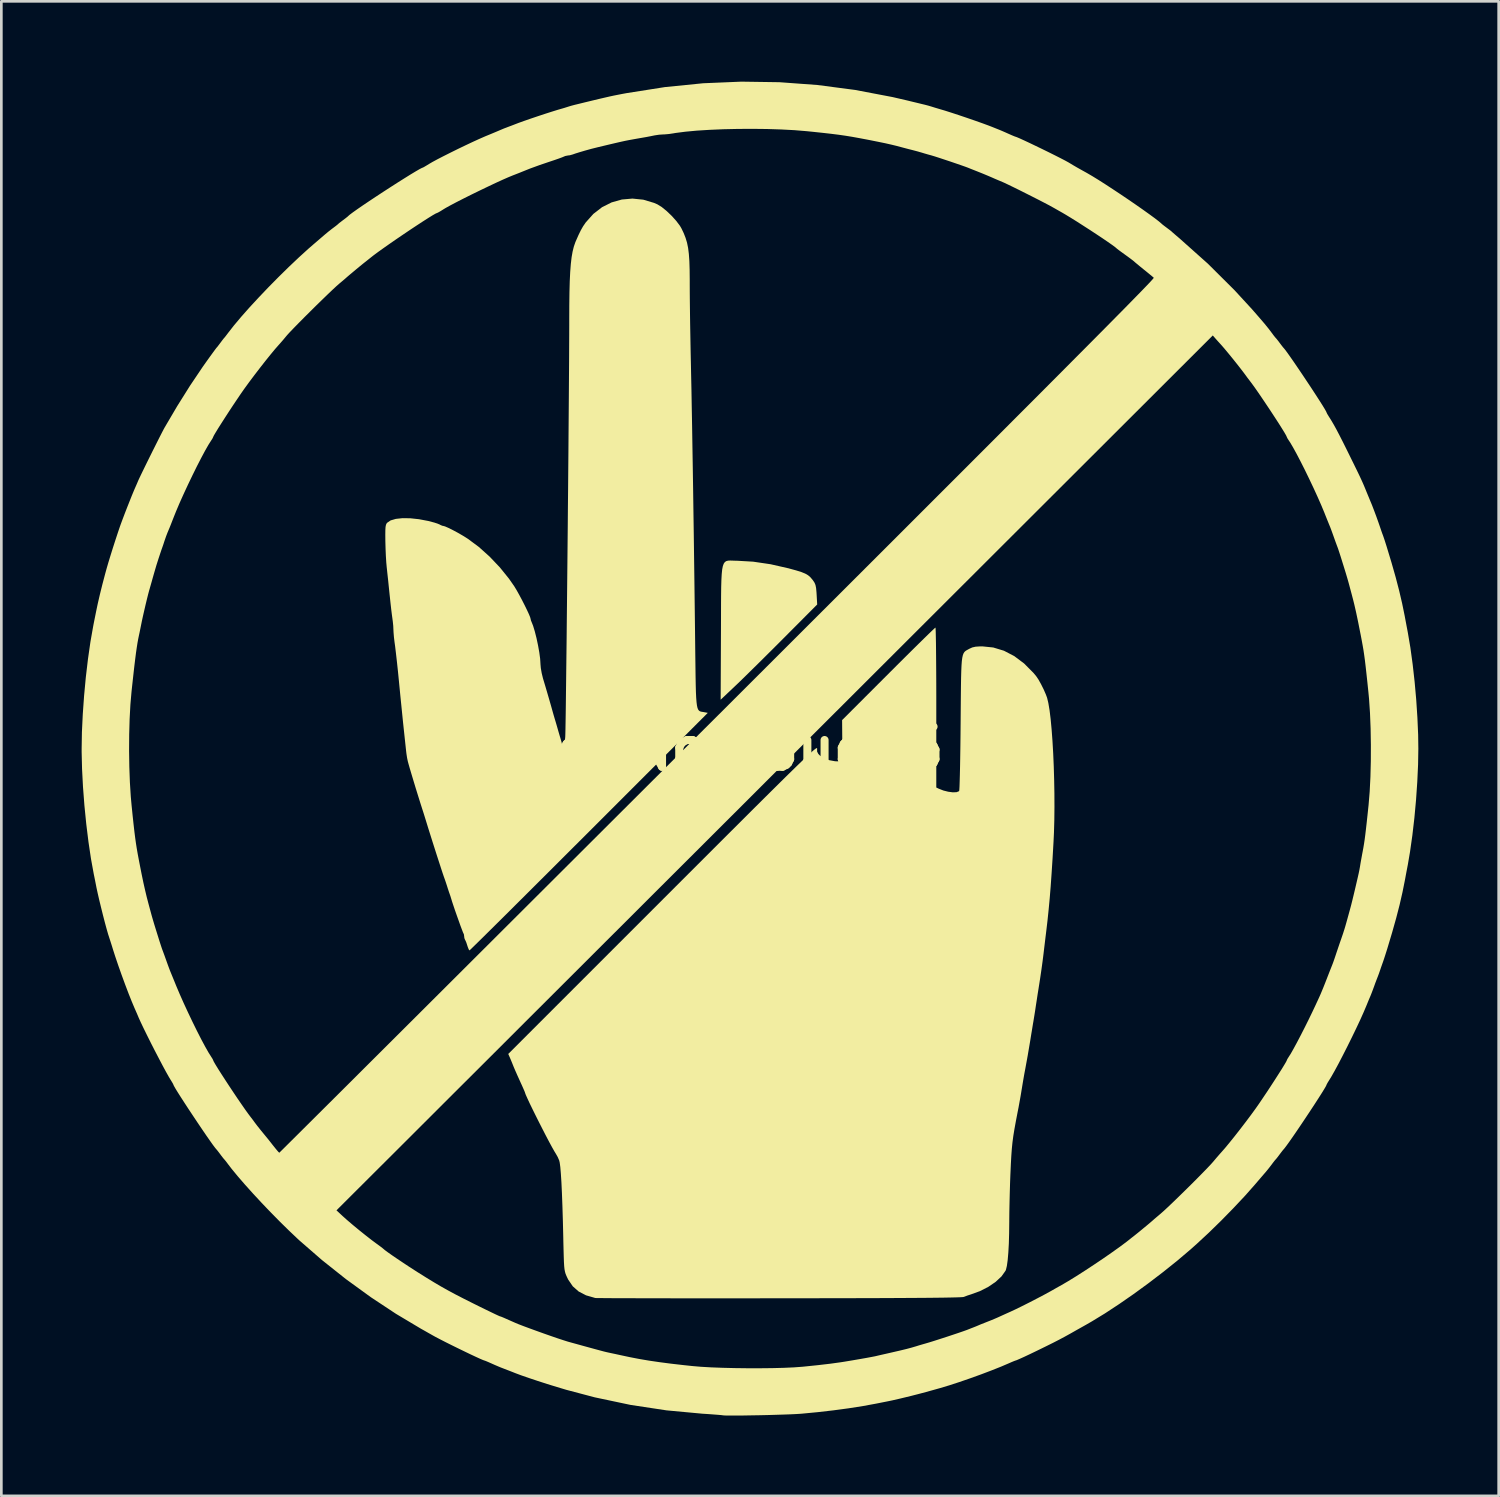
<source format=kicad_pcb>
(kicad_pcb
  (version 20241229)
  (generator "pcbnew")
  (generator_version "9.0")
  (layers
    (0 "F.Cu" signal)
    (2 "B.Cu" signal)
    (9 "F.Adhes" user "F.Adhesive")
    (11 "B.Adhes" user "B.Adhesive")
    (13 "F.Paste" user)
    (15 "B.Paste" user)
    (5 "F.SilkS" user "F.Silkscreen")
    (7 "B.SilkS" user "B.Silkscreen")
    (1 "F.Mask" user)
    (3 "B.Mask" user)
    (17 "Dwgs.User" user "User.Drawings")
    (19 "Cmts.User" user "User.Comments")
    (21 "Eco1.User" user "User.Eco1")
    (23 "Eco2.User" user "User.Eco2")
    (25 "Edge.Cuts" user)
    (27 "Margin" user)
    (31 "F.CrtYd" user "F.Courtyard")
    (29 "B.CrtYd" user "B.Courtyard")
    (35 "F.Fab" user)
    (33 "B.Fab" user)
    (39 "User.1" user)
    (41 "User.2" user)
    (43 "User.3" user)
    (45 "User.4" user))
  (footprint "doNotTouch5"
    (layer "F.Cu")
    (at 24.966 24.915)
    (property "Reference" "doNotTouch5" (at 0 0 0) (layer "F.SilkS") (effects (font (size 1.5 1.5) (thickness 0.3))))
    (attr board_only exclude_from_pos_files exclude_from_bom)
    (fp_poly (pts (xy -0.646 -7.023) (xy -0.536 -7.019) (xy -0.491 -7.019) (xy 0.117 -6.984) (xy 0.768 -6.888) (xy 1.451 -6.733) (xy 1.466 -6.728) (xy 1.726 -6.657) (xy 1.92 -6.596) (xy 2.063 -6.538) (xy 2.17 -6.476) (xy 2.255 -6.403) (xy 2.333 -6.311) (xy 2.351 -6.288) (xy 2.409 -6.201) (xy 2.446 -6.113) (xy 2.469 -6) (xy 2.484 -5.837) (xy 2.489 -5.758) (xy 2.51 -5.384) (xy 1.235 -4.104) (xy 0.943 -3.812) (xy 0.649 -3.519) (xy 0.362 -3.234) (xy 0.091 -2.967) (xy -0.153 -2.727) (xy -0.362 -2.523) (xy -0.526 -2.366) (xy -0.569 -2.325) (xy -1.096 -1.827) (xy -1.085 -4.307) (xy -1.083 -4.849) (xy -1.082 -5.315) (xy -1.08 -5.709) (xy -1.076 -6.038) (xy -1.068 -6.308) (xy -1.056 -6.524) (xy -1.039 -6.692) (xy -1.014 -6.819) (xy -0.981 -6.909) (xy -0.938 -6.97) (xy -0.885 -7.005) (xy -0.819 -7.022) (xy -0.74 -7.026)) (stroke (width 0) (type solid)) (fill yes) (layer "F.SilkS"))
    (fp_poly (pts (xy 6.933 -4.482) (xy 6.938 -4.366) (xy 6.942 -4.18) (xy 6.947 -3.931) (xy 6.95 -3.625) (xy 6.953 -3.27) (xy 6.956 -2.87) (xy 6.958 -2.434) (xy 6.959 -1.967) (xy 6.959 -1.535) (xy 6.959 1.452) (xy 7.052 1.497) (xy 7.225 1.565) (xy 7.406 1.61) (xy 7.576 1.632) (xy 7.715 1.627) (xy 7.802 1.593) (xy 7.814 1.58) (xy 7.82 1.53) (xy 7.827 1.405) (xy 7.833 1.213) (xy 7.84 0.959) (xy 7.847 0.653) (xy 7.853 0.3) (xy 7.859 -0.091) (xy 7.864 -0.513) (xy 7.868 -0.95) (xy 7.872 -1.478) (xy 7.876 -1.93) (xy 7.88 -2.312) (xy 7.885 -2.631) (xy 7.892 -2.892) (xy 7.901 -3.102) (xy 7.913 -3.268) (xy 7.93 -3.395) (xy 7.951 -3.49) (xy 7.978 -3.56) (xy 8.01 -3.61) (xy 8.05 -3.647) (xy 8.098 -3.678) (xy 8.153 -3.708) (xy 8.193 -3.73) (xy 8.303 -3.78) (xy 8.427 -3.808) (xy 8.593 -3.819) (xy 8.679 -3.82) (xy 9.087 -3.778) (xy 9.486 -3.657) (xy 9.871 -3.457) (xy 10.239 -3.181) (xy 10.587 -2.831) (xy 10.688 -2.71) (xy 10.773 -2.585) (xy 10.871 -2.41) (xy 10.969 -2.214) (xy 11.052 -2.024) (xy 11.098 -1.9) (xy 11.145 -1.703) (xy 11.19 -1.434) (xy 11.231 -1.101) (xy 11.267 -0.715) (xy 11.299 -0.286) (xy 11.326 0.178) (xy 11.347 0.666) (xy 11.362 1.168) (xy 11.371 1.675) (xy 11.373 2.178) (xy 11.368 2.666) (xy 11.355 3.13) (xy 11.339 3.469) (xy 11.303 4.094) (xy 11.267 4.649) (xy 11.232 5.147) (xy 11.195 5.601) (xy 11.155 6.023) (xy 11.113 6.427) (xy 11.067 6.815) (xy 11.038 7.052) (xy 11.009 7.293) (xy 10.983 7.509) (xy 10.965 7.661) (xy 10.93 7.939) (xy 10.889 8.238) (xy 10.839 8.579) (xy 10.779 8.962) (xy 10.745 9.172) (xy 10.713 9.384) (xy 10.685 9.563) (xy 10.676 9.623) (xy 10.653 9.777) (xy 10.621 9.978) (xy 10.586 10.193) (xy 10.57 10.284) (xy 10.537 10.487) (xy 10.504 10.685) (xy 10.478 10.847) (xy 10.469 10.903) (xy 10.371 11.482) (xy 10.284 11.957) (xy 10.246 12.158) (xy 10.21 12.364) (xy 10.181 12.536) (xy 10.178 12.555) (xy 10.109 12.975) (xy 10.033 13.395) (xy 9.995 13.588) (xy 9.929 13.932) (xy 9.877 14.22) (xy 9.836 14.471) (xy 9.805 14.706) (xy 9.781 14.943) (xy 9.762 15.203) (xy 9.745 15.506) (xy 9.729 15.871) (xy 9.728 15.88) (xy 9.715 16.222) (xy 9.704 16.593) (xy 9.695 16.967) (xy 9.688 17.317) (xy 9.685 17.616) (xy 9.685 17.677) (xy 9.68 18.103) (xy 9.669 18.488) (xy 9.65 18.825) (xy 9.626 19.105) (xy 9.596 19.321) (xy 9.561 19.466) (xy 9.546 19.502) (xy 9.396 19.714) (xy 9.177 19.918) (xy 8.903 20.105) (xy 8.589 20.265) (xy 8.26 20.385) (xy 8.126 20.428) (xy 8.008 20.473) (xy 7.992 20.48) (xy 7.951 20.487) (xy 7.859 20.493) (xy 7.712 20.498) (xy 7.508 20.503) (xy 7.246 20.508) (xy 6.923 20.512) (xy 6.536 20.516) (xy 6.085 20.519) (xy 5.565 20.522) (xy 4.976 20.525) (xy 4.315 20.527) (xy 3.58 20.529) (xy 2.768 20.53) (xy 1.878 20.532) (xy 1.094 20.532) (xy 0.351 20.533) (xy -0.371 20.533) (xy -1.067 20.533) (xy -1.733 20.533) (xy -2.363 20.533) (xy -2.954 20.533) (xy -3.502 20.532) (xy -4.001 20.531) (xy -4.448 20.53) (xy -4.838 20.529) (xy -5.167 20.528) (xy -5.43 20.526) (xy -5.623 20.524) (xy -5.742 20.523) (xy -5.782 20.521) (xy -6.124 20.422) (xy -6.4 20.279) (xy -6.62 20.085) (xy -6.79 19.836) (xy -6.836 19.742) (xy -6.868 19.67) (xy -6.894 19.603) (xy -6.913 19.532) (xy -6.929 19.446) (xy -6.941 19.333) (xy -6.95 19.185) (xy -6.957 18.99) (xy -6.964 18.738) (xy -6.972 18.418) (xy -6.975 18.255) (xy -6.99 17.634) (xy -7.007 17.084) (xy -7.025 16.607) (xy -7.044 16.204) (xy -7.065 15.877) (xy -7.086 15.628) (xy -7.109 15.459) (xy -7.127 15.385) (xy -7.183 15.255) (xy -7.248 15.14) (xy -7.25 15.137) (xy -7.308 15.042) (xy -7.392 14.893) (xy -7.497 14.7) (xy -7.616 14.474) (xy -7.743 14.227) (xy -7.874 13.97) (xy -8.002 13.715) (xy -8.122 13.472) (xy -8.228 13.254) (xy -8.313 13.071) (xy -8.374 12.935) (xy -8.403 12.857) (xy -8.405 12.847) (xy -8.421 12.804) (xy -8.464 12.705) (xy -8.525 12.567) (xy -8.553 12.507) (xy -8.68 12.227) (xy -8.775 12.012) (xy -8.841 11.856) (xy -8.858 11.812) (xy -8.894 11.722) (xy -8.945 11.6) (xy -8.959 11.567) (xy -9.03 11.405) (xy -3.253 5.628) (xy -2.568 4.943) (xy -1.938 4.314) (xy -1.363 3.739) (xy -0.838 3.215) (xy -0.363 2.741) (xy 0.066 2.313) (xy 0.45 1.931) (xy 0.793 1.591) (xy 1.096 1.291) (xy 1.362 1.028) (xy 1.593 0.802) (xy 1.792 0.608) (xy 1.96 0.446) (xy 2.101 0.312) (xy 2.216 0.204) (xy 2.308 0.12) (xy 2.379 0.058) (xy 2.432 0.016) (xy 2.469 -0.01) (xy 2.492 -0.02) (xy 2.504 -0.018) (xy 2.507 -0.006) (xy 2.507 -0.002) (xy 2.507 0.11) (xy 2.552 0.197) (xy 2.611 0.258) (xy 2.76 0.356) (xy 2.959 0.431) (xy 3.174 0.471) (xy 3.259 0.475) (xy 3.323 0.471) (xy 3.372 0.451) (xy 3.406 0.405) (xy 3.429 0.324) (xy 3.442 0.196) (xy 3.447 0.012) (xy 3.448 -0.24) (xy 3.446 -0.402) (xy 3.441 -1.066) (xy 5.169 -2.794) (xy 5.481 -3.106) (xy 5.777 -3.4) (xy 6.05 -3.671) (xy 6.295 -3.913) (xy 6.508 -4.122) (xy 6.683 -4.293) (xy 6.815 -4.42) (xy 6.898 -4.498) (xy 6.928 -4.522)) (stroke (width 0) (type solid)) (fill yes) (layer "F.SilkS"))
    (fp_poly (pts (xy -3.986 -20.506) (xy -3.585 -20.386) (xy -3.46 -20.332) (xy -3.3 -20.234) (xy -3.116 -20.084) (xy -2.927 -19.904) (xy -2.755 -19.713) (xy -2.617 -19.53) (xy -2.56 -19.432) (xy -2.474 -19.252) (xy -2.406 -19.078) (xy -2.352 -18.899) (xy -2.312 -18.704) (xy -2.284 -18.479) (xy -2.265 -18.212) (xy -2.255 -17.891) (xy -2.251 -17.505) (xy -2.251 -17.346) (xy -2.25 -17.061) (xy -2.247 -16.71) (xy -2.242 -16.309) (xy -2.236 -15.874) (xy -2.228 -15.422) (xy -2.22 -14.97) (xy -2.211 -14.533) (xy -2.209 -14.455) (xy -2.199 -13.964) (xy -2.187 -13.398) (xy -2.176 -12.765) (xy -2.163 -12.072) (xy -2.151 -11.328) (xy -2.138 -10.54) (xy -2.125 -9.715) (xy -2.113 -8.862) (xy -2.1 -7.988) (xy -2.088 -7.101) (xy -2.076 -6.208) (xy -2.065 -5.318) (xy -2.054 -4.438) (xy -2.05 -4.081) (xy -2.044 -3.546) (xy -2.038 -3.088) (xy -2.033 -2.701) (xy -2.027 -2.378) (xy -2.02 -2.113) (xy -2.01 -1.901) (xy -1.997 -1.736) (xy -1.981 -1.611) (xy -1.961 -1.52) (xy -1.935 -1.458) (xy -1.904 -1.418) (xy -1.867 -1.394) (xy -1.822 -1.38) (xy -1.769 -1.371) (xy -1.725 -1.364) (xy -1.576 -1.336) (xy -6.012 3.101) (xy -6.517 3.605) (xy -7.006 4.093) (xy -7.475 4.562) (xy -7.923 5.008) (xy -8.345 5.429) (xy -8.739 5.821) (xy -9.1 6.181) (xy -9.427 6.505) (xy -9.716 6.791) (xy -9.963 7.036) (xy -10.166 7.235) (xy -10.321 7.387) (xy -10.425 7.488) (xy -10.474 7.535) (xy -10.478 7.537) (xy -10.506 7.502) (xy -10.542 7.411) (xy -10.558 7.362) (xy -10.596 7.245) (xy -10.632 7.162) (xy -10.642 7.147) (xy -10.67 7.076) (xy -10.676 7.02) (xy -10.687 6.938) (xy -10.701 6.907) (xy -10.722 6.862) (xy -10.763 6.755) (xy -10.82 6.603) (xy -10.885 6.42) (xy -10.955 6.224) (xy -11.023 6.03) (xy -11.082 5.854) (xy -11.129 5.713) (xy -11.156 5.623) (xy -11.158 5.617) (xy -11.192 5.506) (xy -11.211 5.452) (xy -11.241 5.367) (xy -11.284 5.237) (xy -11.314 5.142) (xy -11.36 5.001) (xy -11.4 4.883) (xy -11.419 4.832) (xy -11.442 4.767) (xy -11.486 4.637) (xy -11.546 4.454) (xy -11.618 4.231) (xy -11.699 3.982) (xy -11.783 3.719) (xy -11.867 3.455) (xy -11.946 3.204) (xy -12.017 2.979) (xy -12.063 2.829) (xy -12.123 2.635) (xy -12.184 2.438) (xy -12.236 2.276) (xy -12.244 2.251) (xy -12.316 2.026) (xy -12.397 1.766) (xy -12.483 1.489) (xy -12.567 1.212) (xy -12.645 0.952) (xy -12.712 0.726) (xy -12.762 0.55) (xy -12.782 0.475) (xy -12.809 0.348) (xy -12.834 0.186) (xy -12.844 0.103) (xy -12.905 -0.464) (xy -12.96 -0.979) (xy -13.01 -1.473) (xy -13.061 -1.976) (xy -13.11 -2.478) (xy -13.148 -2.862) (xy -13.187 -3.226) (xy -13.224 -3.553) (xy -13.257 -3.828) (xy -13.28 -3.993) (xy -13.301 -4.168) (xy -13.315 -4.338) (xy -13.32 -4.443) (xy -13.326 -4.583) (xy -13.344 -4.757) (xy -13.359 -4.869) (xy -13.377 -5.001) (xy -13.401 -5.194) (xy -13.427 -5.424) (xy -13.453 -5.669) (xy -13.463 -5.761) (xy -13.49 -6.021) (xy -13.517 -6.287) (xy -13.544 -6.532) (xy -13.565 -6.73) (xy -13.57 -6.773) (xy -13.587 -6.958) (xy -13.602 -7.197) (xy -13.613 -7.46) (xy -13.62 -7.718) (xy -13.621 -7.75) (xy -13.623 -7.99) (xy -13.621 -8.162) (xy -13.614 -8.279) (xy -13.599 -8.357) (xy -13.577 -8.408) (xy -13.554 -8.437) (xy -13.425 -8.525) (xy -13.23 -8.582) (xy -12.981 -8.609) (xy -12.689 -8.605) (xy -12.366 -8.57) (xy -12.023 -8.505) (xy -11.791 -8.444) (xy -11.672 -8.405) (xy -11.586 -8.369) (xy -11.566 -8.356) (xy -11.491 -8.324) (xy -11.47 -8.322) (xy -11.395 -8.302) (xy -11.266 -8.246) (xy -11.101 -8.164) (xy -10.916 -8.065) (xy -10.729 -7.957) (xy -10.555 -7.848) (xy -10.532 -7.833) (xy -10.128 -7.533) (xy -9.726 -7.172) (xy -9.344 -6.77) (xy -9.003 -6.348) (xy -8.803 -6.06) (xy -8.719 -5.921) (xy -8.621 -5.746) (xy -8.518 -5.553) (xy -8.418 -5.357) (xy -8.328 -5.173) (xy -8.256 -5.017) (xy -8.211 -4.905) (xy -8.198 -4.857) (xy -8.181 -4.783) (xy -8.162 -4.739) (xy -8.102 -4.588) (xy -8.038 -4.377) (xy -7.975 -4.127) (xy -7.918 -3.859) (xy -7.871 -3.596) (xy -7.839 -3.358) (xy -7.827 -3.168) (xy -7.827 -3.159) (xy -7.814 -3.01) (xy -7.781 -2.82) (xy -7.734 -2.628) (xy -7.727 -2.604) (xy -7.653 -2.358) (xy -7.576 -2.096) (xy -7.501 -1.838) (xy -7.434 -1.606) (xy -7.383 -1.423) (xy -7.366 -1.363) (xy -7.328 -1.229) (xy -7.293 -1.111) (xy -7.288 -1.094) (xy -7.259 -0.999) (xy -7.218 -0.859) (xy -7.185 -0.743) (xy -7.142 -0.593) (xy -7.103 -0.46) (xy -7.082 -0.392) (xy -7.046 -0.268) (xy -7.024 -0.176) (xy -6.994 -0.082) (xy -6.966 -0.067) (xy -6.939 -0.129) (xy -6.917 -0.263) (xy -6.901 -0.444) (xy -6.898 -0.529) (xy -6.894 -0.691) (xy -6.89 -0.926) (xy -6.885 -1.228) (xy -6.88 -1.592) (xy -6.875 -2.014) (xy -6.869 -2.487) (xy -6.863 -3.008) (xy -6.856 -3.57) (xy -6.849 -4.17) (xy -6.843 -4.801) (xy -6.836 -5.459) (xy -6.829 -6.138) (xy -6.822 -6.834) (xy -6.815 -7.542) (xy -6.808 -8.256) (xy -6.802 -8.971) (xy -6.795 -9.682) (xy -6.789 -10.385) (xy -6.783 -11.073) (xy -6.778 -11.743) (xy -6.773 -12.388) (xy -6.768 -13.004) (xy -6.764 -13.586) (xy -6.76 -14.128) (xy -6.757 -14.626) (xy -6.755 -15.075) (xy -6.753 -15.469) (xy -6.752 -15.803) (xy -6.752 -16.025) (xy -6.75 -16.576) (xy -6.744 -17.052) (xy -6.733 -17.461) (xy -6.716 -17.809) (xy -6.693 -18.104) (xy -6.664 -18.354) (xy -6.627 -18.566) (xy -6.582 -18.748) (xy -6.528 -18.906) (xy -6.507 -18.957) (xy -6.404 -19.19) (xy -6.317 -19.368) (xy -6.234 -19.513) (xy -6.142 -19.647) (xy -6.134 -19.658) (xy -5.852 -19.974) (xy -5.528 -20.224) (xy -5.17 -20.404) (xy -4.788 -20.512) (xy -4.39 -20.547)) (stroke (width 0) (type solid)) (fill yes) (layer "F.SilkS"))
    (fp_poly (pts (xy 1.101 -24.894) (xy 2.519 -24.79) (xy 3.929 -24.605) (xy 5.33 -24.338) (xy 5.865 -24.214) (xy 6.074 -24.163) (xy 6.27 -24.116) (xy 6.429 -24.077) (xy 6.526 -24.054) (xy 6.66 -24.019) (xy 6.778 -23.984) (xy 6.794 -23.979) (xy 6.899 -23.946) (xy 7.036 -23.905) (xy 7.083 -23.891) (xy 7.276 -23.834) (xy 7.525 -23.755) (xy 7.811 -23.661) (xy 8.113 -23.559) (xy 8.411 -23.456) (xy 8.685 -23.359) (xy 8.916 -23.274) (xy 9.045 -23.224) (xy 9.179 -23.17) (xy 9.292 -23.125) (xy 9.334 -23.108) (xy 9.415 -23.074) (xy 9.541 -23.019) (xy 9.655 -22.968) (xy 9.782 -22.912) (xy 9.875 -22.873) (xy 9.912 -22.86) (xy 9.965 -22.842) (xy 10.08 -22.793) (xy 10.244 -22.718) (xy 10.445 -22.624) (xy 10.672 -22.515) (xy 10.912 -22.399) (xy 11.153 -22.281) (xy 11.384 -22.166) (xy 11.591 -22.061) (xy 11.763 -21.972) (xy 11.888 -21.904) (xy 11.93 -21.879) (xy 12.066 -21.797) (xy 12.222 -21.706) (xy 12.281 -21.673) (xy 12.424 -21.593) (xy 12.563 -21.516) (xy 12.612 -21.488) (xy 12.793 -21.382) (xy 13.016 -21.245) (xy 13.272 -21.082) (xy 13.549 -20.901) (xy 13.839 -20.709) (xy 14.131 -20.512) (xy 14.415 -20.317) (xy 14.681 -20.131) (xy 14.92 -19.96) (xy 15.121 -19.813) (xy 15.275 -19.694) (xy 15.372 -19.611) (xy 15.385 -19.598) (xy 15.427 -19.563) (xy 15.514 -19.497) (xy 15.57 -19.455) (xy 15.67 -19.38) (xy 15.74 -19.325) (xy 15.756 -19.31) (xy 15.795 -19.274) (xy 15.882 -19.199) (xy 15.999 -19.099) (xy 16.045 -19.06) (xy 17.104 -18.115) (xy 18.099 -17.125) (xy 18.751 -16.416) (xy 19.01 -16.119) (xy 19.217 -15.878) (xy 19.373 -15.686) (xy 19.482 -15.542) (xy 19.559 -15.438) (xy 19.618 -15.364) (xy 19.637 -15.343) (xy 19.675 -15.3) (xy 19.743 -15.214) (xy 19.785 -15.157) (xy 19.86 -15.058) (xy 19.915 -14.988) (xy 19.93 -14.972) (xy 19.978 -14.915) (xy 20.063 -14.802) (xy 20.177 -14.641) (xy 20.315 -14.443) (xy 20.469 -14.217) (xy 20.634 -13.973) (xy 20.802 -13.721) (xy 20.968 -13.471) (xy 21.124 -13.232) (xy 21.265 -13.014) (xy 21.383 -12.828) (xy 21.472 -12.682) (xy 21.525 -12.587) (xy 21.538 -12.555) (xy 21.559 -12.51) (xy 21.611 -12.423) (xy 21.639 -12.379) (xy 21.721 -12.248) (xy 21.808 -12.1) (xy 21.905 -11.924) (xy 22.017 -11.71) (xy 22.151 -11.448) (xy 22.311 -11.126) (xy 22.4 -10.945) (xy 22.546 -10.649) (xy 22.661 -10.414) (xy 22.751 -10.228) (xy 22.822 -10.077) (xy 22.88 -9.95) (xy 22.931 -9.833) (xy 22.981 -9.713) (xy 23.026 -9.602) (xy 23.087 -9.454) (xy 23.144 -9.316) (xy 23.171 -9.251) (xy 23.234 -9.1) (xy 23.312 -8.897) (xy 23.396 -8.672) (xy 23.475 -8.451) (xy 23.527 -8.301) (xy 23.576 -8.156) (xy 23.619 -8.033) (xy 23.643 -7.971) (xy 23.67 -7.894) (xy 23.714 -7.763) (xy 23.765 -7.602) (xy 23.779 -7.558) (xy 23.963 -6.951) (xy 24.119 -6.403) (xy 24.25 -5.899) (xy 24.361 -5.423) (xy 24.456 -4.959) (xy 24.468 -4.894) (xy 24.492 -4.766) (xy 24.525 -4.59) (xy 24.562 -4.396) (xy 24.573 -4.337) (xy 24.668 -3.777) (xy 24.753 -3.157) (xy 24.827 -2.499) (xy 24.887 -1.825) (xy 24.931 -1.156) (xy 24.959 -0.515) (xy 24.966 0) (xy 24.956 0.599) (xy 24.926 1.245) (xy 24.88 1.915) (xy 24.818 2.589) (xy 24.742 3.243) (xy 24.655 3.856) (xy 24.573 4.337) (xy 24.536 4.529) (xy 24.501 4.714) (xy 24.474 4.861) (xy 24.468 4.894) (xy 24.375 5.358) (xy 24.267 5.831) (xy 24.138 6.331) (xy 23.986 6.871) (xy 23.807 7.469) (xy 23.779 7.558) (xy 23.727 7.722) (xy 23.681 7.863) (xy 23.649 7.957) (xy 23.644 7.971) (xy 23.613 8.058) (xy 23.568 8.186) (xy 23.543 8.26) (xy 23.496 8.396) (xy 23.454 8.509) (xy 23.438 8.549) (xy 23.406 8.631) (xy 23.357 8.76) (xy 23.314 8.88) (xy 23.257 9.034) (xy 23.203 9.175) (xy 23.172 9.251) (xy 23.125 9.36) (xy 23.065 9.506) (xy 23.026 9.602) (xy 22.923 9.845) (xy 22.794 10.133) (xy 22.644 10.452) (xy 22.481 10.789) (xy 22.312 11.13) (xy 22.144 11.461) (xy 21.984 11.769) (xy 21.838 12.039) (xy 21.714 12.257) (xy 21.639 12.379) (xy 21.578 12.477) (xy 21.542 12.543) (xy 21.538 12.555) (xy 21.516 12.605) (xy 21.453 12.713) (xy 21.357 12.869) (xy 21.233 13.064) (xy 21.088 13.288) (xy 20.929 13.53) (xy 20.762 13.782) (xy 20.594 14.033) (xy 20.431 14.274) (xy 20.28 14.494) (xy 20.147 14.684) (xy 20.039 14.834) (xy 19.963 14.934) (xy 19.93 14.972) (xy 19.894 15.014) (xy 19.827 15.101) (xy 19.785 15.157) (xy 19.71 15.257) (xy 19.654 15.327) (xy 19.639 15.343) (xy 19.601 15.386) (xy 19.534 15.472) (xy 19.492 15.529) (xy 19.393 15.658) (xy 19.291 15.784) (xy 19.263 15.818) (xy 19.189 15.903) (xy 19.08 16.03) (xy 18.952 16.179) (xy 18.872 16.273) (xy 18.491 16.704) (xy 18.061 17.162) (xy 17.604 17.629) (xy 17.139 18.083) (xy 16.685 18.504) (xy 16.455 18.709) (xy 15.962 19.127) (xy 15.434 19.55) (xy 14.886 19.969) (xy 14.332 20.373) (xy 13.785 20.752) (xy 13.26 21.097) (xy 12.77 21.396) (xy 12.548 21.524) (xy 12.409 21.602) (xy 12.277 21.676) (xy 12.225 21.705) (xy 11.968 21.851) (xy 11.751 21.971) (xy 11.546 22.08) (xy 11.326 22.193) (xy 11.064 22.323) (xy 11.007 22.351) (xy 10.719 22.492) (xy 10.461 22.616) (xy 10.243 22.719) (xy 10.072 22.796) (xy 9.959 22.845) (xy 9.912 22.86) (xy 9.868 22.876) (xy 9.771 22.916) (xy 9.676 22.958) (xy 9.379 23.085) (xy 9.024 23.226) (xy 8.632 23.375) (xy 8.224 23.522) (xy 7.821 23.661) (xy 7.444 23.784) (xy 7.114 23.883) (xy 7.083 23.892) (xy 6.801 23.971) (xy 6.58 24.032) (xy 6.402 24.08) (xy 6.25 24.12) (xy 6.105 24.157) (xy 6.02 24.179) (xy 5.628 24.274) (xy 5.311 24.347) (xy 5.142 24.382) (xy 4.965 24.417) (xy 4.779 24.454) (xy 4.708 24.468) (xy 4.225 24.557) (xy 3.684 24.642) (xy 3.111 24.719) (xy 2.529 24.786) (xy 1.965 24.84) (xy 1.879 24.847) (xy 1.72 24.857) (xy 1.506 24.867) (xy 1.25 24.876) (xy 0.964 24.885) (xy 0.659 24.894) (xy 0.348 24.901) (xy 0.041 24.906) (xy -0.247 24.911) (xy -0.507 24.913) (xy -0.725 24.913) (xy -0.89 24.912) (xy -0.991 24.907) (xy -1.012 24.904) (xy -1.072 24.896) (xy -1.2 24.885) (xy -1.38 24.871) (xy -1.598 24.855) (xy -1.776 24.844) (xy -3.118 24.719) (xy -4.463 24.515) (xy -5.801 24.232) (xy -6.856 23.953) (xy -7.21 23.847) (xy -7.574 23.735) (xy -7.93 23.62) (xy -8.26 23.51) (xy -8.548 23.41) (xy -8.775 23.325) (xy -8.797 23.316) (xy -8.885 23.281) (xy -9.011 23.232) (xy -9.066 23.211) (xy -9.195 23.161) (xy -9.304 23.119) (xy -9.334 23.107) (xy -9.415 23.073) (xy -9.541 23.019) (xy -9.655 22.968) (xy -9.782 22.912) (xy -9.875 22.873) (xy -9.912 22.86) (xy -9.965 22.842) (xy -10.08 22.793) (xy -10.244 22.718) (xy -10.445 22.624) (xy -10.671 22.515) (xy -10.91 22.399) (xy -11.15 22.281) (xy -11.378 22.167) (xy -11.582 22.062) (xy -11.751 21.974) (xy -11.853 21.917) (xy -12.016 21.825) (xy -12.181 21.731) (xy -12.287 21.672) (xy -13.224 21.113) (xy -14.166 20.49) (xy -15.094 19.816) (xy -15.987 19.106) (xy -16.828 18.375) (xy -16.911 18.298) (xy -17.227 17.998) (xy -17.561 17.67) (xy -17.902 17.323) (xy -17.976 17.247) (xy -15.447 17.247) (xy -15.216 17.462) (xy -15.05 17.61) (xy -14.838 17.791) (xy -14.601 17.987) (xy -14.36 18.18) (xy -14.136 18.355) (xy -13.949 18.494) (xy -13.94 18.5) (xy -13.822 18.586) (xy -13.733 18.654) (xy -13.691 18.689) (xy -13.64 18.732) (xy -13.531 18.813) (xy -13.377 18.922) (xy -13.188 19.051) (xy -12.976 19.193) (xy -12.754 19.34) (xy -12.533 19.483) (xy -12.411 19.561) (xy -12.09 19.762) (xy -11.805 19.936) (xy -11.539 20.093) (xy -11.275 20.241) (xy -10.996 20.391) (xy -10.685 20.551) (xy -10.325 20.732) (xy -10.111 20.838) (xy -9.883 20.95) (xy -9.68 21.048) (xy -9.514 21.128) (xy -9.397 21.182) (xy -9.34 21.207) (xy -9.336 21.208) (xy -9.318 21.212) (xy -9.279 21.226) (xy -9.207 21.256) (xy -9.091 21.307) (xy -8.919 21.383) (xy -8.77 21.449) (xy -8.645 21.501) (xy -8.458 21.573) (xy -8.226 21.659) (xy -7.965 21.754) (xy -7.692 21.852) (xy -7.424 21.946) (xy -7.177 22.031) (xy -6.967 22.1) (xy -6.812 22.149) (xy -6.773 22.16) (xy -6.68 22.186) (xy -6.531 22.227) (xy -6.353 22.276) (xy -6.257 22.303) (xy -5.972 22.381) (xy -5.752 22.441) (xy -5.585 22.486) (xy -5.457 22.52) (xy -5.354 22.545) (xy -5.263 22.565) (xy -5.204 22.578) (xy -5.042 22.612) (xy -4.881 22.647) (xy -4.832 22.658) (xy -4.481 22.733) (xy -4.133 22.8) (xy -3.773 22.861) (xy -3.386 22.918) (xy -2.957 22.974) (xy -2.469 23.03) (xy -2.148 23.064) (xy -1.832 23.091) (xy -1.452 23.113) (xy -1.025 23.129) (xy -0.566 23.14) (xy -0.091 23.146) (xy 0.383 23.146) (xy 0.841 23.141) (xy 1.266 23.13) (xy 1.643 23.113) (xy 1.954 23.09) (xy 1.979 23.088) (xy 2.53 23.031) (xy 3.001 22.976) (xy 3.391 22.922) (xy 3.531 22.9) (xy 3.831 22.85) (xy 4.11 22.802) (xy 4.353 22.759) (xy 4.546 22.723) (xy 4.675 22.698) (xy 4.688 22.695) (xy 4.786 22.672) (xy 4.942 22.636) (xy 5.133 22.593) (xy 5.307 22.553) (xy 5.611 22.483) (xy 5.849 22.425) (xy 6.036 22.375) (xy 6.189 22.33) (xy 6.216 22.322) (xy 6.311 22.292) (xy 6.452 22.251) (xy 6.567 22.218) (xy 6.706 22.177) (xy 6.895 22.118) (xy 7.116 22.047) (xy 7.354 21.97) (xy 7.589 21.892) (xy 7.804 21.82) (xy 7.983 21.758) (xy 8.106 21.714) (xy 8.136 21.702) (xy 8.252 21.656) (xy 8.343 21.621) (xy 8.446 21.58) (xy 8.529 21.545) (xy 8.625 21.504) (xy 8.763 21.45) (xy 8.856 21.413) (xy 9.023 21.347) (xy 9.196 21.274) (xy 9.269 21.242) (xy 9.409 21.178) (xy 9.583 21.099) (xy 9.726 21.035) (xy 9.925 20.942) (xy 10.174 20.82) (xy 10.45 20.681) (xy 10.732 20.535) (xy 10.996 20.396) (xy 11.221 20.273) (xy 11.296 20.231) (xy 11.42 20.16) (xy 11.569 20.076) (xy 11.64 20.037) (xy 11.886 19.893) (xy 12.182 19.711) (xy 12.51 19.501) (xy 12.855 19.274) (xy 13.2 19.042) (xy 13.528 18.814) (xy 13.824 18.603) (xy 14.07 18.419) (xy 14.144 18.361) (xy 14.258 18.27) (xy 14.353 18.196) (xy 14.392 18.165) (xy 14.457 18.113) (xy 14.561 18.029) (xy 14.685 17.926) (xy 14.814 17.82) (xy 14.93 17.723) (xy 15.015 17.65) (xy 15.054 17.616) (xy 15.093 17.581) (xy 15.18 17.507) (xy 15.298 17.407) (xy 15.343 17.369) (xy 15.454 17.271) (xy 15.608 17.128) (xy 15.796 16.949) (xy 16.008 16.744) (xy 16.234 16.523) (xy 16.463 16.297) (xy 16.685 16.075) (xy 16.89 15.867) (xy 17.069 15.683) (xy 17.21 15.534) (xy 17.304 15.429) (xy 17.319 15.411) (xy 17.436 15.272) (xy 17.565 15.124) (xy 17.609 15.075) (xy 17.741 14.925) (xy 17.909 14.722) (xy 18.102 14.482) (xy 18.308 14.219) (xy 18.516 13.948) (xy 18.714 13.684) (xy 18.89 13.442) (xy 18.909 13.415) (xy 19.027 13.246) (xy 19.162 13.046) (xy 19.309 12.827) (xy 19.46 12.598) (xy 19.607 12.371) (xy 19.744 12.157) (xy 19.865 11.967) (xy 19.96 11.811) (xy 20.025 11.701) (xy 20.051 11.647) (xy 20.052 11.645) (xy 20.073 11.596) (xy 20.125 11.513) (xy 20.128 11.509) (xy 20.202 11.392) (xy 20.304 11.212) (xy 20.428 10.984) (xy 20.567 10.719) (xy 20.714 10.431) (xy 20.863 10.132) (xy 21.007 9.835) (xy 21.126 9.582) (xy 21.203 9.416) (xy 21.265 9.282) (xy 21.317 9.164) (xy 21.367 9.045) (xy 21.422 8.911) (xy 21.488 8.745) (xy 21.571 8.532) (xy 21.661 8.301) (xy 21.7 8.203) (xy 21.743 8.095) (xy 21.781 7.996) (xy 21.833 7.848) (xy 21.889 7.681) (xy 21.895 7.662) (xy 21.962 7.464) (xy 22.034 7.252) (xy 22.093 7.083) (xy 22.152 6.911) (xy 22.207 6.739) (xy 22.24 6.629) (xy 22.287 6.463) (xy 22.335 6.289) (xy 22.344 6.257) (xy 22.405 6.035) (xy 22.454 5.853) (xy 22.498 5.678) (xy 22.546 5.48) (xy 22.592 5.287) (xy 22.656 5.014) (xy 22.704 4.807) (xy 22.739 4.652) (xy 22.763 4.536) (xy 22.78 4.443) (xy 22.794 4.36) (xy 22.794 4.357) (xy 22.812 4.249) (xy 22.841 4.089) (xy 22.874 3.908) (xy 22.883 3.862) (xy 22.911 3.711) (xy 22.936 3.562) (xy 22.96 3.402) (xy 22.984 3.219) (xy 23.01 3.001) (xy 23.04 2.735) (xy 23.075 2.408) (xy 23.107 2.106) (xy 23.148 1.612) (xy 23.176 1.058) (xy 23.191 0.465) (xy 23.193 -0.145) (xy 23.183 -0.751) (xy 23.16 -1.33) (xy 23.124 -1.863) (xy 23.103 -2.086) (xy 23.062 -2.48) (xy 23.027 -2.805) (xy 22.997 -3.074) (xy 22.97 -3.301) (xy 22.943 -3.499) (xy 22.916 -3.681) (xy 22.885 -3.861) (xy 22.85 -4.052) (xy 22.809 -4.267) (xy 22.799 -4.316) (xy 22.714 -4.745) (xy 22.639 -5.1) (xy 22.573 -5.389) (xy 22.529 -5.565) (xy 22.463 -5.816) (xy 22.411 -6.01) (xy 22.368 -6.17) (xy 22.344 -6.257) (xy 22.306 -6.388) (xy 22.254 -6.563) (xy 22.192 -6.764) (xy 22.127 -6.972) (xy 22.065 -7.171) (xy 22.01 -7.341) (xy 21.969 -7.465) (xy 21.95 -7.517) (xy 21.921 -7.594) (xy 21.873 -7.724) (xy 21.817 -7.881) (xy 21.807 -7.909) (xy 21.75 -8.068) (xy 21.7 -8.204) (xy 21.666 -8.293) (xy 21.662 -8.301) (xy 21.633 -8.372) (xy 21.581 -8.5) (xy 21.514 -8.666) (xy 21.454 -8.818) (xy 21.337 -9.099) (xy 21.199 -9.412) (xy 21.047 -9.744) (xy 20.886 -10.083) (xy 20.724 -10.416) (xy 20.565 -10.731) (xy 20.417 -11.014) (xy 20.285 -11.254) (xy 20.177 -11.437) (xy 20.129 -11.509) (xy 20.076 -11.591) (xy 20.052 -11.642) (xy 20.052 -11.643) (xy 20.029 -11.695) (xy 19.967 -11.803) (xy 19.871 -11.959) (xy 19.75 -12.151) (xy 19.608 -12.37) (xy 19.455 -12.604) (xy 19.295 -12.844) (xy 19.137 -13.079) (xy 18.988 -13.298) (xy 18.853 -13.491) (xy 18.74 -13.647) (xy 18.671 -13.738) (xy 18.582 -13.854) (xy 18.503 -13.963) (xy 18.419 -14.075) (xy 18.298 -14.232) (xy 18.153 -14.416) (xy 17.999 -14.608) (xy 17.849 -14.791) (xy 17.719 -14.947) (xy 17.622 -15.059) (xy 17.608 -15.075) (xy 17.503 -15.19) (xy 17.408 -15.296) (xy 17.372 -15.337) (xy 17.288 -15.434) (xy 2.552 -0.721) (xy 1.612 0.218) (xy 0.681 1.147) (xy -0.239 2.067) (xy -1.147 2.973) (xy -2.04 3.865) (xy -2.917 4.74) (xy -3.775 5.596) (xy -4.611 6.432) (xy -5.426 7.244) (xy -6.215 8.033) (xy -6.978 8.794) (xy -7.712 9.527) (xy -8.415 10.228) (xy -9.085 10.898) (xy -9.72 11.532) (xy -10.319 12.13) (xy -10.879 12.688) (xy -11.398 13.206) (xy -11.874 13.682) (xy -12.305 14.112) (xy -12.689 14.496) (xy -13.025 14.831) (xy -13.309 15.115) (xy -13.541 15.346) (xy -13.718 15.523) (xy -13.815 15.619) (xy -15.447 17.247) (xy -17.976 17.247) (xy -18.24 16.97) (xy -18.565 16.62) (xy -18.867 16.284) (xy -19.135 15.974) (xy -19.36 15.701) (xy -19.492 15.529) (xy -19.567 15.429) (xy -19.623 15.36) (xy -19.639 15.343) (xy -19.676 15.3) (xy -19.743 15.214) (xy -19.785 15.157) (xy -19.86 15.058) (xy -19.915 14.988) (xy -19.93 14.972) (xy -19.978 14.915) (xy -20.063 14.802) (xy -20.177 14.641) (xy -20.315 14.443) (xy -20.469 14.217) (xy -20.634 13.973) (xy -20.802 13.721) (xy -20.968 13.471) (xy -21.124 13.232) (xy -21.265 13.014) (xy -21.383 12.828) (xy -21.472 12.682) (xy -21.525 12.587) (xy -21.538 12.555) (xy -21.559 12.51) (xy -21.611 12.423) (xy -21.639 12.379) (xy -21.713 12.255) (xy -21.817 12.07) (xy -21.942 11.839) (xy -22.081 11.574) (xy -22.229 11.29) (xy -22.377 11) (xy -22.518 10.718) (xy -22.646 10.458) (xy -22.753 10.233) (xy -22.833 10.058) (xy -22.859 9.995) (xy -22.894 9.913) (xy -22.949 9.787) (xy -22.994 9.685) (xy -23.095 9.445) (xy -23.214 9.147) (xy -23.342 8.81) (xy -23.472 8.455) (xy -23.597 8.102) (xy -23.709 7.772) (xy -23.791 7.517) (xy -23.844 7.344) (xy -23.892 7.194) (xy -23.926 7.09) (xy -23.935 7.062) (xy -23.978 6.929) (xy -24.034 6.733) (xy -24.1 6.49) (xy -24.17 6.218) (xy -24.241 5.933) (xy -24.309 5.654) (xy -24.368 5.397) (xy -24.415 5.179) (xy -24.426 5.121) (xy -24.46 4.948) (xy -24.495 4.774) (xy -24.513 4.688) (xy -24.617 4.117) (xy -24.711 3.486) (xy -24.794 2.813) (xy -24.863 2.12) (xy -24.916 1.427) (xy -24.951 0.756) (xy -24.966 0.126) (xy -24.966 0.08) (xy -23.194 0.08) (xy -23.185 0.681) (xy -23.164 1.26) (xy -23.13 1.797) (xy -23.102 2.106) (xy -23.062 2.5) (xy -23.027 2.825) (xy -22.996 3.096) (xy -22.967 3.327) (xy -22.938 3.533) (xy -22.908 3.726) (xy -22.874 3.922) (xy -22.834 4.135) (xy -22.799 4.316) (xy -22.726 4.687) (xy -22.661 5) (xy -22.598 5.28) (xy -22.533 5.552) (xy -22.458 5.837) (xy -22.37 6.162) (xy -22.344 6.257) (xy -22.306 6.388) (xy -22.254 6.563) (xy -22.192 6.764) (xy -22.127 6.972) (xy -22.065 7.171) (xy -22.01 7.341) (xy -21.969 7.465) (xy -21.95 7.517) (xy -21.921 7.594) (xy -21.873 7.724) (xy -21.817 7.881) (xy -21.807 7.909) (xy -21.75 8.068) (xy -21.7 8.204) (xy -21.666 8.293) (xy -21.663 8.301) (xy -21.634 8.371) (xy -21.582 8.498) (xy -21.513 8.666) (xy -21.436 8.856) (xy -21.435 8.859) (xy -21.304 9.168) (xy -21.155 9.504) (xy -20.994 9.852) (xy -20.828 10.201) (xy -20.662 10.538) (xy -20.503 10.85) (xy -20.356 11.124) (xy -20.23 11.347) (xy -20.129 11.507) (xy -20.128 11.509) (xy -20.075 11.592) (xy -20.052 11.643) (xy -20.052 11.644) (xy -20.029 11.695) (xy -19.967 11.802) (xy -19.872 11.957) (xy -19.75 12.149) (xy -19.609 12.367) (xy -19.456 12.601) (xy -19.297 12.84) (xy -19.14 13.074) (xy -18.99 13.292) (xy -18.856 13.485) (xy -18.744 13.641) (xy -18.671 13.738) (xy -18.582 13.854) (xy -18.503 13.962) (xy -18.402 14.095) (xy -18.255 14.279) (xy -18.076 14.497) (xy -18.017 14.569) (xy -17.926 14.683) (xy -17.821 14.817) (xy -17.805 14.837) (xy -17.708 14.958) (xy -17.631 15.049) (xy -17.588 15.093) (xy -17.584 15.095) (xy -17.554 15.067) (xy -17.467 14.981) (xy -17.325 14.84) (xy -17.13 14.646) (xy -16.882 14.4) (xy -16.585 14.104) (xy -16.239 13.76) (xy -15.846 13.369) (xy -15.408 12.933) (xy -14.926 12.453) (xy -14.403 11.931) (xy -13.839 11.369) (xy -13.237 10.769) (xy -12.598 10.132) (xy -11.923 9.459) (xy -11.215 8.753) (xy -10.475 8.015) (xy -9.705 7.247) (xy -8.906 6.45) (xy -8.08 5.626) (xy -7.229 4.777) (xy -6.354 3.904) (xy -5.457 3.009) (xy -4.54 2.094) (xy -3.604 1.16) (xy -2.651 0.209) (xy -1.683 -0.758) (xy -1.216 -1.223) (xy 0.011 -2.448) (xy 1.18 -3.615) (xy 2.293 -4.727) (xy 3.351 -5.783) (xy 4.355 -6.786) (xy 5.306 -7.736) (xy 6.204 -8.634) (xy 7.052 -9.482) (xy 7.851 -10.28) (xy 8.6 -11.03) (xy 9.303 -11.733) (xy 9.958 -12.39) (xy 10.569 -13.001) (xy 11.135 -13.569) (xy 11.658 -14.094) (xy 12.139 -14.578) (xy 12.58 -15.021) (xy 12.98 -15.424) (xy 13.342 -15.789) (xy 13.666 -16.117) (xy 13.954 -16.408) (xy 14.206 -16.665) (xy 14.424 -16.888) (xy 14.609 -17.077) (xy 14.762 -17.236) (xy 14.884 -17.363) (xy 14.976 -17.461) (xy 15.039 -17.531) (xy 15.074 -17.573) (xy 15.083 -17.59) (xy 15.031 -17.635) (xy 14.931 -17.718) (xy 14.799 -17.826) (xy 14.703 -17.903) (xy 14.563 -18.017) (xy 14.448 -18.112) (xy 14.373 -18.175) (xy 14.352 -18.195) (xy 14.311 -18.229) (xy 14.219 -18.299) (xy 14.093 -18.392) (xy 14.022 -18.443) (xy 13.884 -18.543) (xy 13.772 -18.625) (xy 13.704 -18.678) (xy 13.691 -18.69) (xy 13.636 -18.737) (xy 13.521 -18.821) (xy 13.358 -18.935) (xy 13.158 -19.071) (xy 12.932 -19.221) (xy 12.69 -19.38) (xy 12.444 -19.538) (xy 12.206 -19.691) (xy 11.984 -19.829) (xy 11.792 -19.946) (xy 11.667 -20.019) (xy 11.517 -20.104) (xy 11.363 -20.192) (xy 11.316 -20.218) (xy 11.188 -20.289) (xy 11.007 -20.384) (xy 10.787 -20.498) (xy 10.543 -20.622) (xy 10.291 -20.749) (xy 10.044 -20.873) (xy 9.818 -20.984) (xy 9.628 -21.076) (xy 9.488 -21.142) (xy 9.437 -21.164) (xy 9.278 -21.231) (xy 9.119 -21.299) (xy 9.045 -21.332) (xy 8.896 -21.396) (xy 8.704 -21.476) (xy 8.502 -21.557) (xy 8.343 -21.62) (xy 8.244 -21.659) (xy 8.136 -21.703) (xy 8.042 -21.738) (xy 7.888 -21.792) (xy 7.694 -21.859) (xy 7.48 -21.932) (xy 7.263 -22.004) (xy 7.063 -22.07) (xy 6.899 -22.123) (xy 6.789 -22.156) (xy 6.773 -22.161) (xy 6.662 -22.191) (xy 6.514 -22.234) (xy 6.422 -22.262) (xy 6.266 -22.307) (xy 6.116 -22.347) (xy 6.051 -22.364) (xy 5.93 -22.394) (xy 5.771 -22.436) (xy 5.658 -22.466) (xy 5.471 -22.516) (xy 5.273 -22.564) (xy 5.048 -22.615) (xy 4.78 -22.67) (xy 4.45 -22.736) (xy 4.357 -22.754) (xy 4.066 -22.809) (xy 3.806 -22.856) (xy 3.559 -22.896) (xy 3.308 -22.932) (xy 3.037 -22.966) (xy 2.728 -23.001) (xy 2.364 -23.04) (xy 2.106 -23.066) (xy 1.656 -23.103) (xy 1.161 -23.129) (xy 0.635 -23.146) (xy 0.09 -23.152) (xy -0.458 -23.149) (xy -0.997 -23.137) (xy -1.512 -23.115) (xy -1.99 -23.085) (xy -2.417 -23.045) (xy -2.78 -22.998) (xy -2.868 -22.983) (xy -3.029 -22.959) (xy -3.186 -22.945) (xy -3.249 -22.943) (xy -3.396 -22.933) (xy -3.556 -22.909) (xy -3.582 -22.904) (xy -3.703 -22.879) (xy -3.875 -22.846) (xy -4.07 -22.812) (xy -4.151 -22.798) (xy -4.343 -22.764) (xy -4.525 -22.731) (xy -4.667 -22.703) (xy -4.708 -22.694) (xy -4.866 -22.659) (xy -5.064 -22.613) (xy -5.281 -22.562) (xy -5.498 -22.51) (xy -5.694 -22.463) (xy -5.847 -22.425) (xy -5.927 -22.405) (xy -6.16 -22.34) (xy -6.367 -22.279) (xy -6.53 -22.228) (xy -6.62 -22.196) (xy -6.73 -22.165) (xy -6.796 -22.158) (xy -6.903 -22.137) (xy -6.949 -22.117) (xy -7.016 -22.089) (xy -7.143 -22.042) (xy -7.31 -21.984) (xy -7.475 -21.929) (xy -7.859 -21.799) (xy -8.218 -21.668) (xy -8.527 -21.544) (xy -8.549 -21.535) (xy -8.633 -21.501) (xy -8.761 -21.451) (xy -8.859 -21.413) (xy -9.025 -21.345) (xy -9.246 -21.248) (xy -9.508 -21.128) (xy -9.797 -20.991) (xy -10.101 -20.845) (xy -10.406 -20.696) (xy -10.698 -20.55) (xy -10.964 -20.414) (xy -11.19 -20.295) (xy -11.364 -20.199) (xy -11.442 -20.152) (xy -11.56 -20.078) (xy -11.65 -20.027) (xy -11.688 -20.01) (xy -11.741 -19.988) (xy -11.853 -19.924) (xy -12.013 -19.825) (xy -12.212 -19.698) (xy -12.44 -19.549) (xy -12.688 -19.385) (xy -12.946 -19.211) (xy -13.205 -19.035) (xy -13.455 -18.862) (xy -13.686 -18.7) (xy -13.89 -18.554) (xy -14.056 -18.431) (xy -14.144 -18.362) (xy -14.258 -18.271) (xy -14.352 -18.196) (xy -14.392 -18.165) (xy -14.461 -18.11) (xy -14.57 -18.021) (xy -14.701 -17.913) (xy -14.836 -17.8) (xy -14.957 -17.699) (xy -15.046 -17.623) (xy -15.08 -17.593) (xy -15.134 -17.545) (xy -15.231 -17.463) (xy -15.348 -17.365) (xy -15.449 -17.276) (xy -15.594 -17.141) (xy -15.775 -16.969) (xy -15.98 -16.77) (xy -16.201 -16.555) (xy -16.427 -16.331) (xy -16.648 -16.111) (xy -16.854 -15.903) (xy -17.036 -15.717) (xy -17.183 -15.564) (xy -17.286 -15.452) (xy -17.319 -15.413) (xy -17.436 -15.272) (xy -17.565 -15.124) (xy -17.609 -15.075) (xy -17.741 -14.925) (xy -17.909 -14.722) (xy -18.102 -14.482) (xy -18.308 -14.219) (xy -18.516 -13.948) (xy -18.714 -13.684) (xy -18.89 -13.442) (xy -18.909 -13.415) (xy -19.027 -13.246) (xy -19.162 -13.046) (xy -19.309 -12.827) (xy -19.46 -12.598) (xy -19.607 -12.371) (xy -19.744 -12.157) (xy -19.865 -11.967) (xy -19.96 -11.811) (xy -20.025 -11.701) (xy -20.051 -11.647) (xy -20.052 -11.645) (xy -20.073 -11.596) (xy -20.125 -11.513) (xy -20.128 -11.509) (xy -20.23 -11.349) (xy -20.357 -11.126) (xy -20.503 -10.853) (xy -20.663 -10.542) (xy -20.829 -10.205) (xy -20.996 -9.857) (xy -21.158 -9.508) (xy -21.308 -9.174) (xy -21.439 -8.865) (xy -21.516 -8.673) (xy -21.59 -8.485) (xy -21.642 -8.351) (xy -21.682 -8.252) (xy -21.719 -8.164) (xy -21.757 -8.074) (xy -21.811 -7.934) (xy -21.864 -7.781) (xy -21.87 -7.765) (xy -21.911 -7.638) (xy -21.947 -7.534) (xy -21.953 -7.517) (xy -21.981 -7.439) (xy -22.025 -7.308) (xy -22.077 -7.151) (xy -22.086 -7.124) (xy -22.131 -6.984) (xy -22.17 -6.862) (xy -22.207 -6.736) (xy -22.251 -6.586) (xy -22.307 -6.391) (xy -22.35 -6.236) (xy -22.392 -6.089) (xy -22.431 -5.952) (xy -22.445 -5.906) (xy -22.477 -5.786) (xy -22.522 -5.607) (xy -22.574 -5.392) (xy -22.627 -5.164) (xy -22.677 -4.945) (xy -22.718 -4.756) (xy -22.736 -4.667) (xy -22.77 -4.498) (xy -22.804 -4.331) (xy -22.822 -4.248) (xy -22.852 -4.104) (xy -22.88 -3.951) (xy -22.907 -3.778) (xy -22.936 -3.577) (xy -22.967 -3.335) (xy -23.002 -3.045) (xy -23.041 -2.696) (xy -23.087 -2.277) (xy -23.103 -2.127) (xy -23.145 -1.646) (xy -23.174 -1.104) (xy -23.19 -0.522) (xy -23.194 0.08) (xy -24.966 0.08) (xy -24.966 0) (xy -24.956 -0.619) (xy -24.924 -1.283) (xy -24.875 -1.973) (xy -24.81 -2.668) (xy -24.73 -3.346) (xy -24.638 -3.988) (xy -24.535 -4.573) (xy -24.513 -4.688) (xy -24.483 -4.837) (xy -24.447 -5.016) (xy -24.426 -5.121) (xy -24.365 -5.412) (xy -24.285 -5.758) (xy -24.191 -6.137) (xy -24.089 -6.524) (xy -24.032 -6.732) (xy -23.971 -6.942) (xy -23.891 -7.204) (xy -23.801 -7.493) (xy -23.706 -7.787) (xy -23.616 -8.061) (xy -23.538 -8.291) (xy -23.505 -8.384) (xy -23.44 -8.559) (xy -23.359 -8.773) (xy -23.268 -9.007) (xy -23.176 -9.239) (xy -23.092 -9.45) (xy -23.022 -9.619) (xy -22.985 -9.706) (xy -22.927 -9.838) (xy -22.878 -9.951) (xy -22.86 -9.995) (xy -22.823 -10.077) (xy -22.755 -10.22) (xy -22.663 -10.41) (xy -22.554 -10.633) (xy -22.434 -10.876) (xy -22.31 -11.126) (xy -22.188 -11.369) (xy -22.076 -11.592) (xy -21.979 -11.782) (xy -21.905 -11.925) (xy -21.865 -11.998) (xy -21.396 -12.795) (xy -20.916 -13.56) (xy -20.438 -14.27) (xy -20.307 -14.455) (xy -20.181 -14.631) (xy -20.071 -14.783) (xy -19.987 -14.897) (xy -19.938 -14.962) (xy -19.93 -14.972) (xy -19.893 -15.014) (xy -19.827 -15.101) (xy -19.785 -15.157) (xy -19.71 -15.257) (xy -19.655 -15.327) (xy -19.64 -15.343) (xy -19.604 -15.386) (xy -19.538 -15.472) (xy -19.495 -15.529) (xy -19.278 -15.807) (xy -19.008 -16.128) (xy -18.696 -16.481) (xy -18.35 -16.855) (xy -17.983 -17.24) (xy -17.603 -17.625) (xy -17.221 -18) (xy -16.848 -18.353) (xy -16.494 -18.675) (xy -16.314 -18.831) (xy -16.161 -18.962) (xy -16.018 -19.085) (xy -15.905 -19.182) (xy -15.859 -19.221) (xy -15.746 -19.315) (xy -15.613 -19.419) (xy -15.57 -19.451) (xy -15.47 -19.526) (xy -15.401 -19.582) (xy -15.385 -19.597) (xy -15.342 -19.635) (xy -15.255 -19.701) (xy -15.199 -19.744) (xy -15.099 -19.819) (xy -15.029 -19.875) (xy -15.013 -19.891) (xy -14.955 -19.942) (xy -14.838 -20.03) (xy -14.672 -20.148) (xy -14.466 -20.29) (xy -14.23 -20.449) (xy -13.971 -20.621) (xy -13.701 -20.798) (xy -13.428 -20.975) (xy -13.161 -21.146) (xy -12.91 -21.304) (xy -12.684 -21.445) (xy -12.493 -21.56) (xy -12.345 -21.646) (xy -12.251 -21.694) (xy -12.222 -21.704) (xy -12.182 -21.724) (xy -12.092 -21.777) (xy -11.988 -21.841) (xy -11.863 -21.914) (xy -11.678 -22.014) (xy -11.447 -22.133) (xy -11.184 -22.265) (xy -10.905 -22.403) (xy -10.624 -22.538) (xy -10.355 -22.665) (xy -10.114 -22.775) (xy -9.915 -22.862) (xy -9.871 -22.881) (xy -9.688 -22.956) (xy -9.513 -23.029) (xy -9.376 -23.087) (xy -9.334 -23.105) (xy -9.189 -23.166) (xy -9.046 -23.221) (xy -9.024 -23.229) (xy -8.903 -23.274) (xy -8.803 -23.313) (xy -8.797 -23.315) (xy -8.647 -23.373) (xy -8.438 -23.448) (xy -8.188 -23.535) (xy -7.918 -23.626) (xy -7.646 -23.716) (xy -7.393 -23.797) (xy -7.177 -23.864) (xy -7.083 -23.891) (xy -6.945 -23.931) (xy -6.824 -23.969) (xy -6.794 -23.979) (xy -6.689 -24.011) (xy -6.551 -24.048) (xy -6.505 -24.059) (xy -6.353 -24.096) (xy -6.206 -24.132) (xy -6.174 -24.14) (xy -5.86 -24.216) (xy -5.609 -24.276) (xy -5.407 -24.323) (xy -5.238 -24.362) (xy -5.084 -24.395) (xy -4.932 -24.425) (xy -4.763 -24.458) (xy -4.605 -24.487) (xy -3.177 -24.712) (xy -1.749 -24.855) (xy -0.322 -24.915)) (stroke (width 0) (type solid)) (fill yes) (layer "F.SilkS")))
  (gr_rect
    (start -3 -3)
    (end 52.933 52.829)
    (stroke (width 0.1) (type default))
    (fill no)
    (layer "Edge.Cuts")))
</source>
